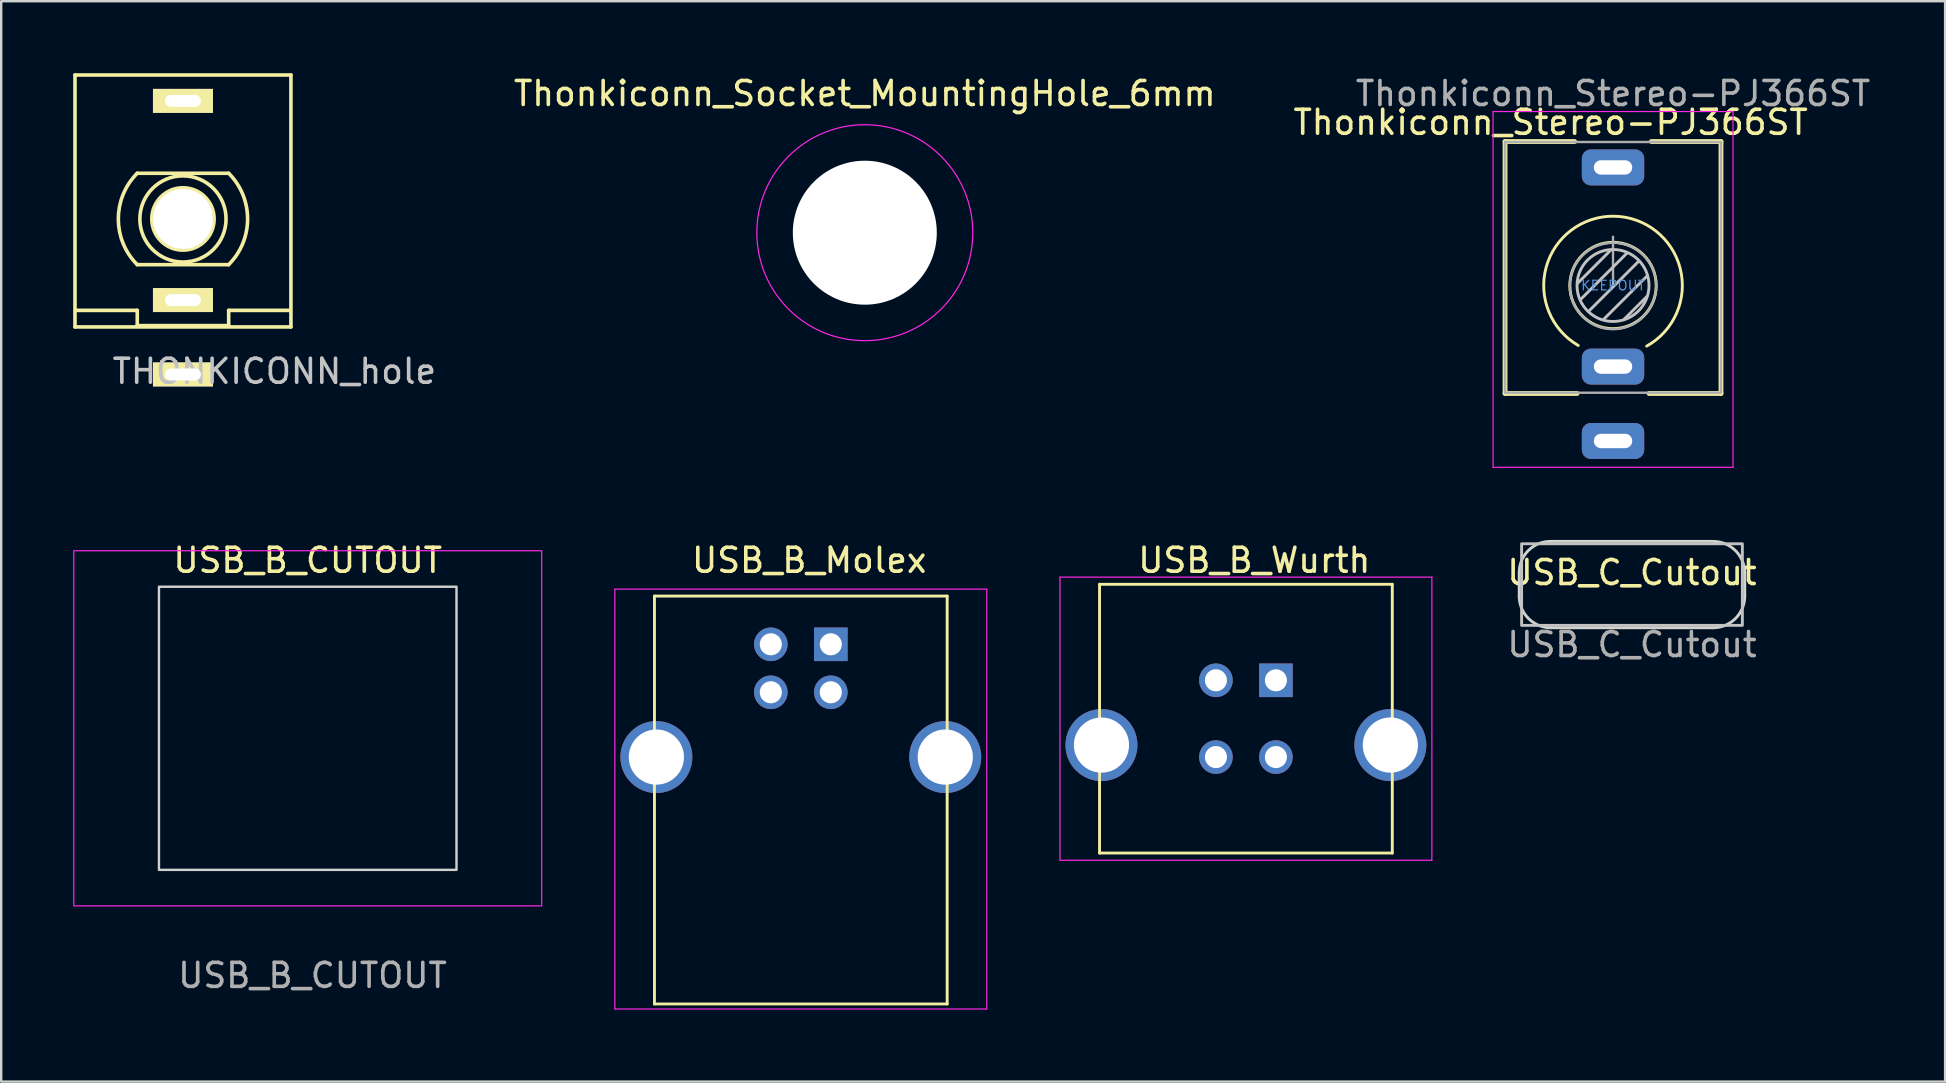
<source format=kicad_pcb>
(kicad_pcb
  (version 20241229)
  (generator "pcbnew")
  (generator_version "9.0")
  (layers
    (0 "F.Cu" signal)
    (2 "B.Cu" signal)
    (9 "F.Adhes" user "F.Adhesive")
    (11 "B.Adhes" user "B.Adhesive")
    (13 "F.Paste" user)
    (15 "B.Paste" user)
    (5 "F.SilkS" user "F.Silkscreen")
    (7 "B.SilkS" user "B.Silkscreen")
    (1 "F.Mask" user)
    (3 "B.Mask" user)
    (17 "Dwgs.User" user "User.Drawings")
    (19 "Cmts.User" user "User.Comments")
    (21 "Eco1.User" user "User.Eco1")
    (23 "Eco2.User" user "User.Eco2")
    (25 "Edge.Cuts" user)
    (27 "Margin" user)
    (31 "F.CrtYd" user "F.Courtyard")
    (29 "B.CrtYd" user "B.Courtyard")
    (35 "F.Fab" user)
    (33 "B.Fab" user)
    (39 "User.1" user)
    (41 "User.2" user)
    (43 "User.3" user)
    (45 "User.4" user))
  (footprint "USB_B_Wurth"
    (layer "F.Cu")
    (at 50.125 25.302)
    (property "Reference" "USB_B_Wurth" (at -0.9 -5 0) (layer "F.SilkS") (effects (font (size 1 1) (thickness 0.15))))
    (attr through_hole)
    (fp_line (start -7.35 -4) (end -7.35 7.2) (stroke (width 0.12) (type solid)) (layer "F.SilkS"))
    (fp_line (start -7.35 -4) (end 4.85 -4) (stroke (width 0.12) (type solid)) (layer "F.SilkS"))
    (fp_line (start -7.35 7.2) (end 4.85 7.2) (stroke (width 0.12) (type solid)) (layer "F.SilkS"))
    (fp_line (start 4.85 -4) (end 4.85 7.2) (stroke (width 0.12) (type solid)) (layer "F.SilkS"))
    (fp_line (start -9 -4.3) (end 6.5 -4.3) (stroke (width 0.05) (type solid)) (layer "F.CrtYd"))
    (fp_line (start -9 7.5) (end -9 -4.3) (stroke (width 0.05) (type solid)) (layer "F.CrtYd"))
    (fp_line (start 6.5 -4.3) (end 6.5 7.5) (stroke (width 0.05) (type solid)) (layer "F.CrtYd"))
    (fp_line (start 6.5 7.5) (end -9 7.5) (stroke (width 0.05) (type solid)) (layer "F.CrtYd"))
    (pad "" thru_hole circle (at -7.27 2.7) (size 3 3) (drill 2.3) (layers "*.Cu" "*.Mask"))
    (pad "" thru_hole circle (at 4.77 2.7) (size 3 3) (drill 2.3) (layers "*.Cu" "*.Mask"))
    (pad "1" thru_hole rect (at 0 0) (size 1.4 1.4) (drill 0.92) (layers "*.Cu" "*.Mask"))
    (pad "2" thru_hole circle (at -2.5 0) (size 1.4 1.4) (drill 0.92) (layers "*.Cu" "*.Mask"))
    (pad "3" thru_hole circle (at -2.5 3.2) (size 1.4 1.4) (drill 0.92) (layers "*.Cu" "*.Mask"))
    (pad "4" thru_hole circle (at 0 3.2) (size 1.4 1.4) (drill 0.92) (layers "*.Cu" "*.Mask")))
  (footprint "USB_C_Cutout"
    (layer "F.Cu")
    (at 64.965 21.313)
    (property "Reference" "USB_C_Cutout" (at 0 -0.5 0) (unlocked yes) (layer "F.SilkS") (effects (font (size 1 1) (thickness 0.15))))
    (attr smd)
    (fp_rect (start -4.6 -1.7) (end 4.6 1.7) (stroke (width 0.12) (type solid)) (fill no) (layer "Dwgs.User"))
    (fp_line (start -4.7 -0.5) (end -4.7 0.5) (stroke (width 0.12) (type solid)) (layer "Edge.Cuts"))
    (fp_line (start -3.4 -1.8) (end 3.4 -1.8) (stroke (width 0.12) (type solid)) (layer "Edge.Cuts"))
    (fp_line (start -3.38 1.8) (end 3.38 1.8) (stroke (width 0.12) (type solid)) (layer "Edge.Cuts"))
    (fp_line (start 4.7 0.5) (end 4.7 -0.5) (stroke (width 0.12) (type solid)) (layer "Edge.Cuts"))
    (fp_arc (start -4.7 -0.5) (mid -4.319239 -1.419239) (end -3.4 -1.8) (stroke (width 0.12) (type solid)) (layer "Edge.Cuts"))
    (fp_arc (start -3.380761 1.80014) (mid -4.306876 1.420481) (end -4.7 0.5) (stroke (width 0.12) (type solid)) (layer "Edge.Cuts"))
    (fp_arc (start 3.4 -1.8) (mid 4.313703 -1.413703) (end 4.7 -0.5) (stroke (width 0.12) (type solid)) (layer "Edge.Cuts"))
    (fp_arc (start 4.7 0.5) (mid 4.306876 1.42048) (end 3.380761 1.80014) (stroke (width 0.12) (type solid)) (layer "Edge.Cuts"))
    (fp_text user "${REFERENCE}" (at 0 2.5 0) (unlocked yes) (layer "F.Fab") (effects (font (size 1 1) (thickness 0.15)))))
  (footprint "USB_B_CUTOUT"
    (layer "F.Cu")
    (at 9.775 27.302)
    (property "Reference" "USB_B_CUTOUT" (at 0 -7 0) (unlocked yes) (layer "F.SilkS") (effects (font (size 1 1) (thickness 0.15))))
    (attr smd)
    (fp_rect (start -6.2 -5.9) (end 6.2 5.9) (stroke (width 0.1) (type solid)) (fill no) (layer "Edge.Cuts"))
    (fp_rect (start -9.75 -7.4) (end 9.75 7.4) (stroke (width 0.05) (type solid)) (fill no) (layer "F.CrtYd"))
    (fp_text user "${REFERENCE}" (at 0.2 10.3 0) (unlocked yes) (layer "F.Fab") (effects (font (size 1 1) (thickness 0.15)))))
  (footprint "USB_B_Molex"
    (layer "F.Cu")
    (at 31.575 23.802)
    (property "Reference" "USB_B_Molex" (at -0.9 -3.5 0) (layer "F.SilkS") (effects (font (size 1 1) (thickness 0.15))))
    (attr through_hole)
    (fp_line (start -7.35 -2.01) (end -7.35 14.99) (stroke (width 0.12) (type solid)) (layer "F.SilkS"))
    (fp_line (start -7.35 -2.01) (end 4.85 -2.01) (stroke (width 0.12) (type solid)) (layer "F.SilkS"))
    (fp_line (start -7.35 14.99) (end 4.85 14.99) (stroke (width 0.12) (type solid)) (layer "F.SilkS"))
    (fp_line (start 4.85 -2.01) (end 4.85 14.99) (stroke (width 0.12) (type solid)) (layer "F.SilkS"))
    (fp_line (start -9 -2.3) (end 6.5 -2.3) (stroke (width 0.05) (type solid)) (layer "F.CrtYd"))
    (fp_line (start -9 15.2) (end -9 -2.3) (stroke (width 0.05) (type solid)) (layer "F.CrtYd"))
    (fp_line (start 6.5 -2.3) (end 6.5 15.2) (stroke (width 0.05) (type solid)) (layer "F.CrtYd"))
    (fp_line (start 6.5 15.2) (end -9 15.2) (stroke (width 0.05) (type solid)) (layer "F.CrtYd"))
    (pad "" thru_hole circle (at -7.27 4.7) (size 3 3) (drill 2.3) (layers "*.Cu" "*.Mask"))
    (pad "" thru_hole circle (at 4.77 4.7) (size 3 3) (drill 2.3) (layers "*.Cu" "*.Mask"))
    (pad "1" thru_hole rect (at 0 0) (size 1.4 1.4) (drill 0.92) (layers "*.Cu" "*.Mask"))
    (pad "2" thru_hole circle (at -2.5 0) (size 1.4 1.4) (drill 0.92) (layers "*.Cu" "*.Mask"))
    (pad "3" thru_hole circle (at -2.5 2) (size 1.4 1.4) (drill 0.92) (layers "*.Cu" "*.Mask"))
    (pad "4" thru_hole circle (at 0 2) (size 1.4 1.4) (drill 0.92) (layers "*.Cu" "*.Mask")))
  (footprint "Thonkiconn_Socket_MountingHole_6mm"
    (layer "F.Cu")
    (at 32.992 6.648)
    (property "Reference" "Thonkiconn_Socket_MountingHole_6mm" (at 0 -5.8 0) (layer "F.SilkS") (effects (font (size 1 1) (thickness 0.15))))
    (attr through_hole)
    (fp_circle (center 0 0) (end 4.5 0) (stroke (width 0.05) (type solid)) (fill no) (layer "F.CrtYd"))
    (pad "" np_thru_hole circle (at 0 0) (size 6 6) (drill 6) (layers "*.Cu" "*.Mask")))
  (footprint "THONKICONN_hole"
    (layer "F.Cu")
    (at 4.575 6.075)
    (property "Reference" "THONKICONN_hole" (at 3.81 6.35 0) (layer "Dwgs.User") (effects (font (size 1 1) (thickness 0.15))))
    (attr through_hole)
    (fp_line (start -4.5 -6) (end -4.5 4.5) (stroke (width 0.15) (type solid)) (layer "F.SilkS"))
    (fp_line (start -4.5 -6) (end 4.5 -6) (stroke (width 0.15) (type solid)) (layer "F.SilkS"))
    (fp_line (start -4.5 4.5) (end 4.5 4.5) (stroke (width 0.15) (type solid)) (layer "F.SilkS"))
    (fp_line (start -4.445 3.81) (end -1.905 3.81) (stroke (width 0.15) (type solid)) (layer "F.SilkS"))
    (fp_line (start -1.905 -1.905) (end 1.905 -1.905) (stroke (width 0.15) (type solid)) (layer "F.SilkS"))
    (fp_line (start -1.905 3.81) (end -1.905 4.445) (stroke (width 0.15) (type solid)) (layer "F.SilkS"))
    (fp_line (start -1.905 4.445) (end 1.905 4.445) (stroke (width 0.15) (type solid)) (layer "F.SilkS"))
    (fp_line (start 1.905 1.905) (end -1.905 1.905) (stroke (width 0.15) (type solid)) (layer "F.SilkS"))
    (fp_line (start 1.905 3.81) (end 4.445 3.81) (stroke (width 0.15) (type solid)) (layer "F.SilkS"))
    (fp_line (start 1.905 4.445) (end 1.905 3.81) (stroke (width 0.15) (type solid)) (layer "F.SilkS"))
    (fp_line (start 4.5 -6) (end 4.5 4.5) (stroke (width 0.15) (type solid)) (layer "F.SilkS"))
    (fp_arc (start -1.905 1.905) (mid -2.694077 0) (end -1.905 -1.905) (stroke (width 0.15) (type solid)) (layer "F.SilkS"))
    (fp_arc (start 1.905 -1.905) (mid 2.694077 0) (end 1.905 1.905) (stroke (width 0.15) (type solid)) (layer "F.SilkS"))
    (fp_circle (center 0 0) (end 1.27 1.27) (stroke (width 0.15) (type solid)) (fill no) (layer "F.SilkS"))
    (fp_circle (center 0 0) (end 1.3 0) (stroke (width 0.15) (type solid)) (fill no) (layer "F.SilkS"))
    (pad "" np_thru_hole circle (at 0 0) (size 2.5 2.5) (drill 2.5) (layers "*.Cu" "*.Mask"))
    (pad "1" thru_hole rect (at 0 6.48) (size 2.5 1) (drill oval 1.5 0.5) (layers "*.Cu" "*.Mask" "F.SilkS"))
    (pad "2" thru_hole rect (at 0 3.38) (size 2.5 1) (drill oval 1.5 0.5) (layers "*.Cu" "*.Mask" "F.SilkS"))
    (pad "3" thru_hole rect (at 0 -4.92) (size 2.5 1) (drill oval 1.5 0.5) (layers "*.Cu" "*.Mask" "F.SilkS")))
  (footprint "Thonkiconn_Stereo-PJ366ST"
    (layer "F.Cu")
    (at 64.175 8.848)
    (property "Reference" "Thonkiconn_Stereo-PJ366ST" (at -2.6 -6.8 0) (layer "F.SilkS") (effects (font (size 1 1) (thickness 0.15))))
    (attr through_hole)
    (fp_line (start -4.5 -6) (end -1.6 -6) (stroke (width 0.2) (type solid)) (layer "F.SilkS"))
    (fp_line (start -4.5 4.5) (end -4.5 -6) (stroke (width 0.2) (type solid)) (layer "F.SilkS"))
    (fp_line (start -4.5 4.5) (end -1.5 4.5) (stroke (width 0.2) (type solid)) (layer "F.SilkS"))
    (fp_line (start 1.5 4.5) (end 4.5 4.5) (stroke (width 0.2) (type solid)) (layer "F.SilkS"))
    (fp_line (start 1.6 -6) (end 4.5 -6) (stroke (width 0.2) (type solid)) (layer "F.SilkS"))
    (fp_line (start 4.5 4.5) (end 4.5 -6) (stroke (width 0.2) (type solid)) (layer "F.SilkS"))
    (fp_arc (start -1.45 2.5) (mid 0.026685 -2.886919) (end 1.403542 2.526375) (stroke (width 0.12) (type solid)) (layer "F.SilkS"))
    (fp_circle (center 0 0) (end -1.8 0) (stroke (width 0.12) (type solid)) (fill no) (layer "F.SilkS"))
    (fp_line (start -0.09 -1.48) (end -1.48 -0.09) (stroke (width 0.12) (type solid)) (layer "Dwgs.User"))
    (fp_line (start 0.58 -1.35) (end -1.36 0.59) (stroke (width 0.12) (type solid)) (layer "Dwgs.User"))
    (fp_line (start 1.07 -1.01) (end -1.01 1.07) (stroke (width 0.12) (type solid)) (layer "Dwgs.User"))
    (fp_line (start 1.41 0.46) (end 0.46 1.41) (stroke (width 0.12) (type solid)) (layer "Dwgs.User"))
    (fp_line (start 1.42 -0.395) (end -0.4 1.42) (stroke (width 0.12) (type solid)) (layer "Dwgs.User"))
    (fp_circle (center 0 0) (end -1.5 0) (stroke (width 0.12) (type solid)) (fill no) (layer "Dwgs.User"))
    (fp_line (start -5 -7.25) (end -5 7.58) (stroke (width 0.05) (type solid)) (layer "F.CrtYd"))
    (fp_line (start -5 -7.25) (end 5 -7.25) (stroke (width 0.05) (type solid)) (layer "F.CrtYd"))
    (fp_line (start -5 7.58) (end 5 7.58) (stroke (width 0.05) (type solid)) (layer "F.CrtYd"))
    (fp_line (start 5 -7.25) (end 5 7.58) (stroke (width 0.05) (type solid)) (layer "F.CrtYd"))
    (fp_line (start -4.5 -5.98) (end -4.5 4.42) (stroke (width 0.1) (type solid)) (layer "F.Fab"))
    (fp_line (start -4.5 -5.98) (end 4.5 -5.98) (stroke (width 0.1) (type solid)) (layer "F.Fab"))
    (fp_line (start -4.5 4.47) (end 4.5 4.47) (stroke (width 0.1) (type solid)) (layer "F.Fab"))
    (fp_line (start 0 0) (end 0 -2.03) (stroke (width 0.1) (type solid)) (layer "F.Fab"))
    (fp_line (start 4.5 -5.98) (end 4.5 4.42) (stroke (width 0.1) (type solid)) (layer "F.Fab"))
    (fp_circle (center 0 0.02) (end -1.8 0.02) (stroke (width 0.1) (type solid)) (fill no) (layer "F.Fab"))
    (fp_text user "KEEPOUT" (at 0 0 180) (layer "Cmts.User") (effects (font (size 0.4 0.4) (thickness 0.051))))
    (fp_text user "${REFERENCE}" (at 0 -8 0) (layer "F.Fab") (effects (font (size 1 1) (thickness 0.15))))
    (pad "R" thru_hole roundrect (at 0 3.38) (size 2.6 1.5) (drill oval 1.6 0.6) (layers "*.Cu" "*.Mask") (roundrect_rratio 0.25))
    (pad "S" thru_hole roundrect (at 0 6.48) (size 2.6 1.5) (drill oval 1.6 0.6) (layers "*.Cu" "*.Mask") (roundrect_rratio 0.25))
    (pad "T" thru_hole roundrect (at 0 -4.92) (size 2.6 1.5) (drill oval 1.6 0.6) (layers "*.Cu" "*.Mask") (roundrect_rratio 0.25)))
  (gr_rect
    (start -3 -3)
    (end 78.015 42.026)
    (stroke (width 0.1) (type default))
    (fill no)
    (layer "Edge.Cuts")))
</source>
